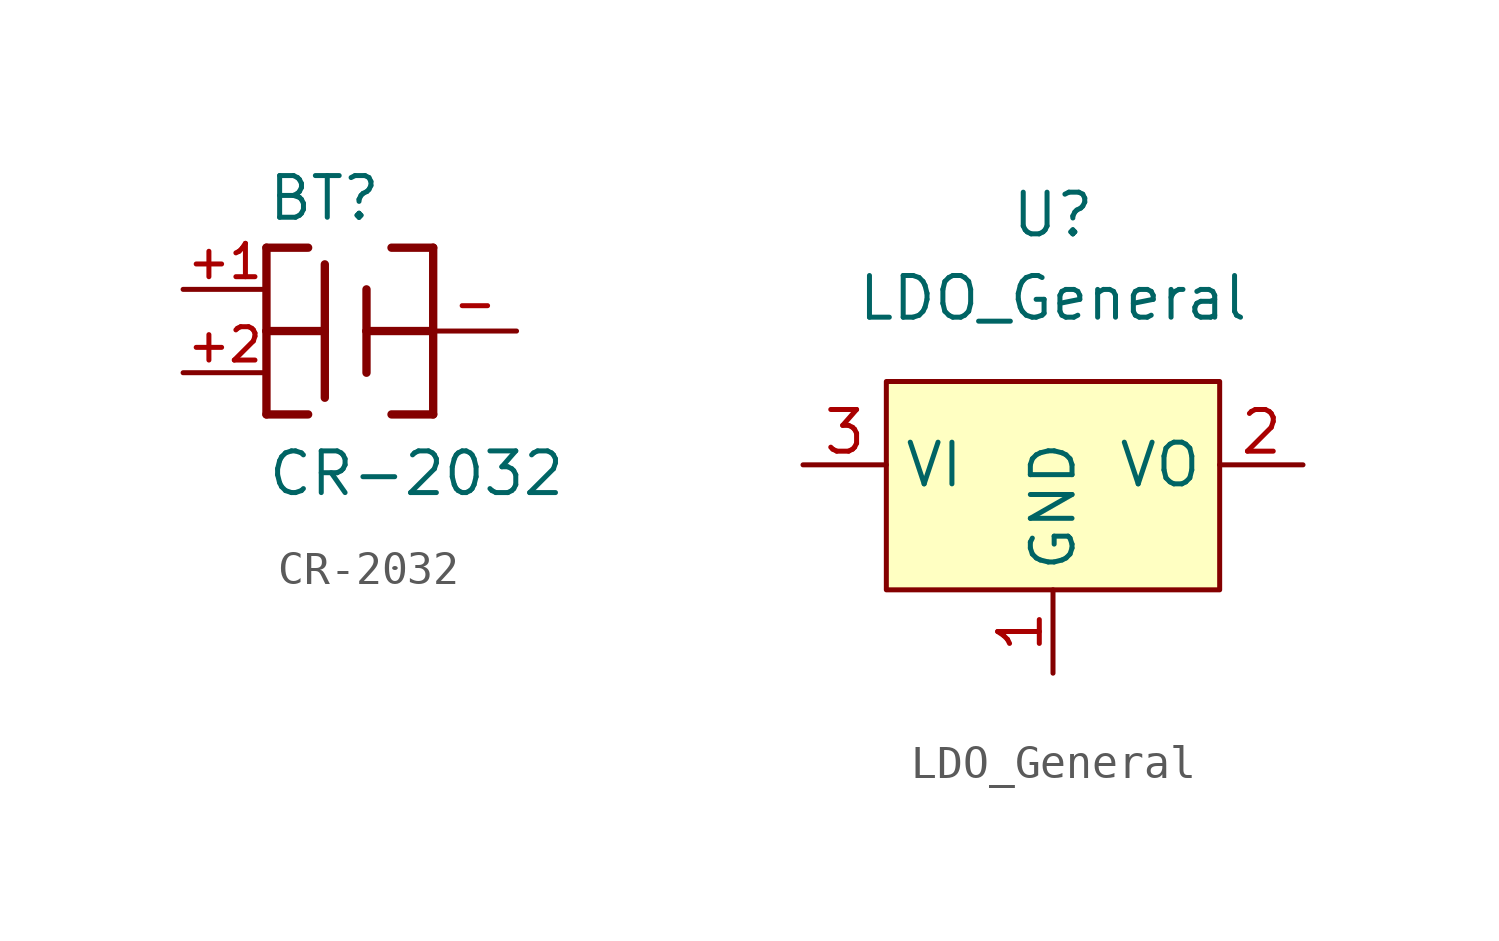
<source format=kicad_sym>
(kicad_symbol_lib
  (version 20211014)
  (generator kicad_symbol_editor)
  (symbol "CR-2032"
    (pin_names
      (offset 1.016))
    (property "Reference" "BT"
      (at -2.541 3.304 0)
      (effects (font (size 1.27 1.27)) (justify left bottom)))
    (property "Value" "CR-2032"
      (at -2.543 -5.085 0)
      (effects (font (size 1.27 1.27)) (justify left bottom)))
    (symbol "CR-2032_0_0"
      (polyline (pts (xy -2.54 -2.54) (xy -1.27 -2.54)) (stroke (width 0.254) (type default) (color 0 0 0 0)) (fill (type none)))
      (polyline (pts (xy -2.54 0) (xy -2.54 -2.54)) (stroke (width 0.254) (type default) (color 0 0 0 0)) (fill (type none)))
      (polyline (pts (xy -2.54 0) (xy -0.762 0)) (stroke (width 0.254) (type default) (color 0 0 0 0)) (fill (type none)))
      (polyline (pts (xy -2.54 2.54) (xy -2.54 0)) (stroke (width 0.254) (type default) (color 0 0 0 0)) (fill (type none)))
      (polyline (pts (xy -1.27 2.54) (xy -2.54 2.54)) (stroke (width 0.254) (type default) (color 0 0 0 0)) (fill (type none)))
      (polyline (pts (xy -0.762 2.032) (xy -0.762 -2.032)) (stroke (width 0.254) (type default) (color 0 0 0 0)) (fill (type none)))
      (polyline (pts (xy 0.508 0) (xy 0.508 -1.27)) (stroke (width 0.254) (type default) (color 0 0 0 0)) (fill (type none)))
      (polyline (pts (xy 0.508 0) (xy 2.54 0)) (stroke (width 0.254) (type default) (color 0 0 0 0)) (fill (type none)))
      (polyline (pts (xy 0.508 1.27) (xy 0.508 0)) (stroke (width 0.254) (type default) (color 0 0 0 0)) (fill (type none)))
      (polyline (pts (xy 1.27 2.54) (xy 2.54 2.54)) (stroke (width 0.254) (type default) (color 0 0 0 0)) (fill (type none)))
      (polyline (pts (xy 2.54 -2.54) (xy 1.27 -2.54)) (stroke (width 0.254) (type default) (color 0 0 0 0)) (fill (type none)))
      (polyline (pts (xy 2.54 0) (xy 2.54 -2.54)) (stroke (width 0.254) (type default) (color 0 0 0 0)) (fill (type none)))
      (polyline (pts (xy 2.54 2.54) (xy 2.54 0)) (stroke (width 0.254) (type default) (color 0 0 0 0)) (fill (type none)))
      (pin passive line (at -5.08 1.27 0) (length 2.54) (name "~" (effects (font (size 1.016 1.016)))) (number "+1" (effects (font (size 1.016 1.016)))))
      (pin passive line (at -5.08 -1.27 0) (length 2.54) (name "~" (effects (font (size 1.016 1.016)))) (number "+2" (effects (font (size 1.016 1.016)))))
      (pin passive line (at 5.08 0 180) (length 2.54) (name "~" (effects (font (size 1.016 1.016)))) (number "-" (effects (font (size 1.016 1.016)))))))
  (symbol "LDO_General"
    (property "Reference" "U"
      (at 0 7.62 0)
      (effects (font (size 1.27 1.27))))
    (property "Value" "LDO_General"
      (at 0 5.08 0)
      (effects (font (size 1.27 1.27))))
    (symbol "LDO_General_0_1"
      (rectangle (start -5.08 2.54) (end 5.08 -3.81) (stroke (width 0) (type default) (color 0 0 0 0)) (fill (type background))))
    (symbol "LDO_General_1_1"
      (pin output line (at 0 -6.35 90) (length 2.54) (name "GND" (effects (font (size 1.27 1.27)))) (number "1" (effects (font (size 1.27 1.27)))))
      (pin output line (at 7.62 0 180) (length 2.54) (name "VO" (effects (font (size 1.27 1.27)))) (number "2" (effects (font (size 1.27 1.27)))))
      (pin input line (at -7.62 0 0) (length 2.54) (name "VI" (effects (font (size 1.27 1.27)))) (number "3" (effects (font (size 1.27 1.27))))))))
</source>
